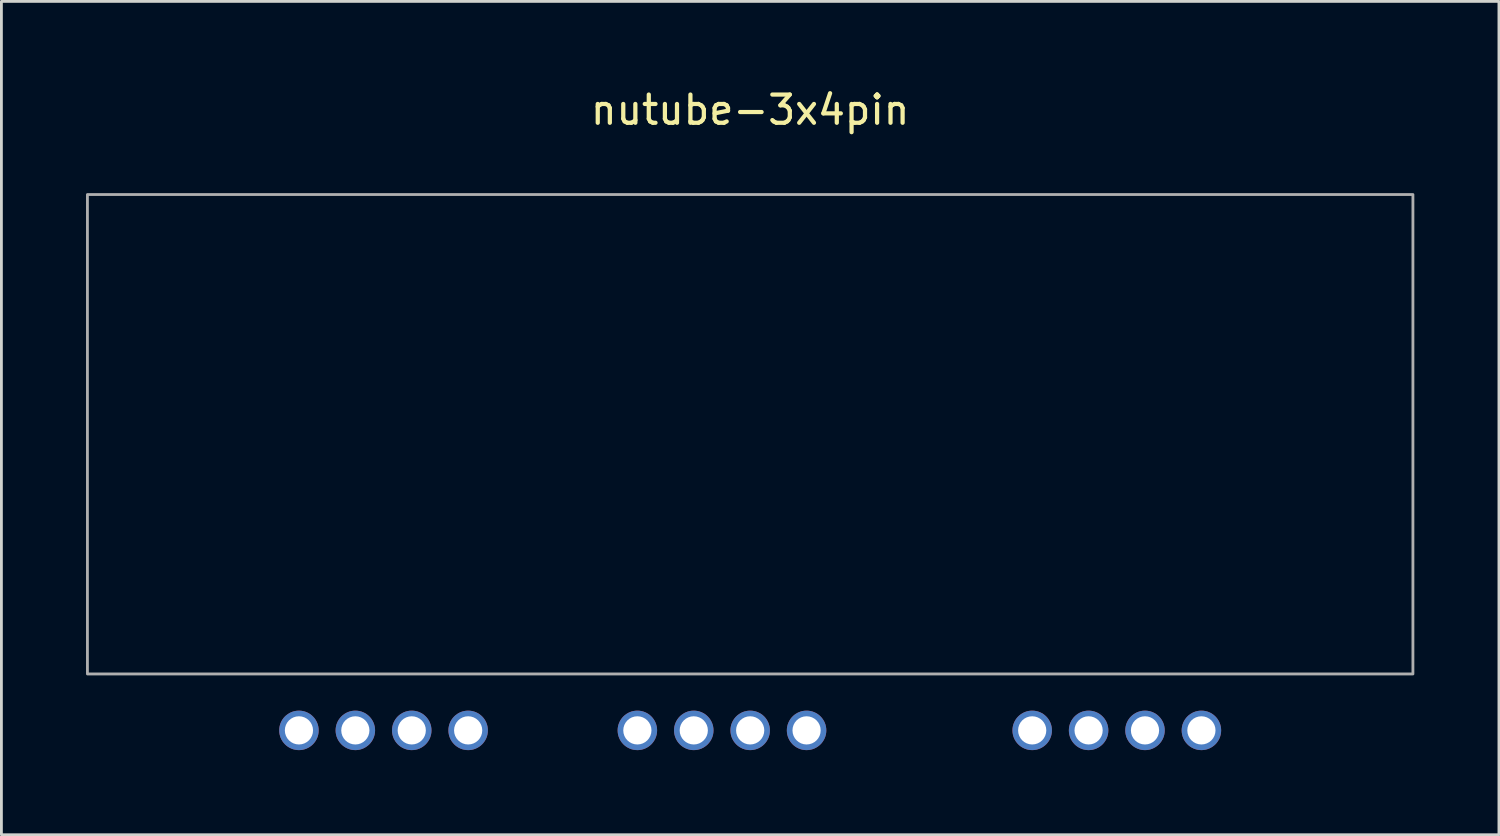
<source format=kicad_pcb>
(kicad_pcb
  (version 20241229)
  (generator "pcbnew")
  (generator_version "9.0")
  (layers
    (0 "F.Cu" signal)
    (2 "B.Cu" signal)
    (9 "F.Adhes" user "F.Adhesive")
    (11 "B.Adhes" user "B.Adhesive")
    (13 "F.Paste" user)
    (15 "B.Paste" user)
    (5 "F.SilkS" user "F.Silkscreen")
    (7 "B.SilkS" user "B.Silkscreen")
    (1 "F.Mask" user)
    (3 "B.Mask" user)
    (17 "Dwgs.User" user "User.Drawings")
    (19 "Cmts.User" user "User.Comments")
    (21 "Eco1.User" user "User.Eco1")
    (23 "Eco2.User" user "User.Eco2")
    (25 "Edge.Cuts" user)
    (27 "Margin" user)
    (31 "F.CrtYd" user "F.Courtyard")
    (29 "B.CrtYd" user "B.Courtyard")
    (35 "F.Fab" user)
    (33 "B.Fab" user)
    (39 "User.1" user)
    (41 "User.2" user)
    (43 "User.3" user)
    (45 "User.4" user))
  (footprint "nutube-3x4pin"
    (layer "F.Cu")
    (at 23.55 22.848)
    (property "Reference" "nutube-3x4pin" (at 0 -22 0) (layer "F.SilkS") (effects (font (size 1 1) (thickness 0.15))))
    (attr through_hole)
    (fp_rect (start 23.5 -19) (end -23.5 -2) (stroke (width 0.1) (type solid)) (fill no) (layer "F.Fab"))
    (pad "" thru_hole circle (at -12 0) (size 1.4 1.4) (drill 1) (layers "*.Cu" "*.Mask"))
    (pad "" thru_hole circle (at 12 0) (size 1.4 1.4) (drill 1) (layers "*.Cu" "*.Mask"))
    (pad "1" thru_hole circle (at -16 0) (size 1.4 1.4) (drill 1) (layers "*.Cu" "*.Mask"))
    (pad "2" thru_hole circle (at -14 0) (size 1.4 1.4) (drill 1) (layers "*.Cu" "*.Mask"))
    (pad "4" thru_hole circle (at -10 0) (size 1.4 1.4) (drill 1) (layers "*.Cu" "*.Mask"))
    (pad "7" thru_hole circle (at -4 0) (size 1.4 1.4) (drill 1) (layers "*.Cu" "*.Mask"))
    (pad "8" thru_hole circle (at -2 0) (size 1.4 1.4) (drill 1) (layers "*.Cu" "*.Mask"))
    (pad "9" thru_hole circle (at 0 0) (size 1.4 1.4) (drill 1) (layers "*.Cu" "*.Mask"))
    (pad "10" thru_hole circle (at 2 0) (size 1.4 1.4) (drill 1) (layers "*.Cu" "*.Mask"))
    (pad "14" thru_hole circle (at 10 0) (size 1.4 1.4) (drill 1) (layers "*.Cu" "*.Mask"))
    (pad "16" thru_hole circle (at 14 0) (size 1.4 1.4) (drill 1) (layers "*.Cu" "*.Mask"))
    (pad "17" thru_hole circle (at 16 0) (size 1.4 1.4) (drill 1) (layers "*.Cu" "*.Mask")))
  (gr_rect
    (start -3 -3)
    (end 50.1 26.548)
    (stroke (width 0.1) (type default))
    (fill no)
    (layer "Edge.Cuts")))
</source>
